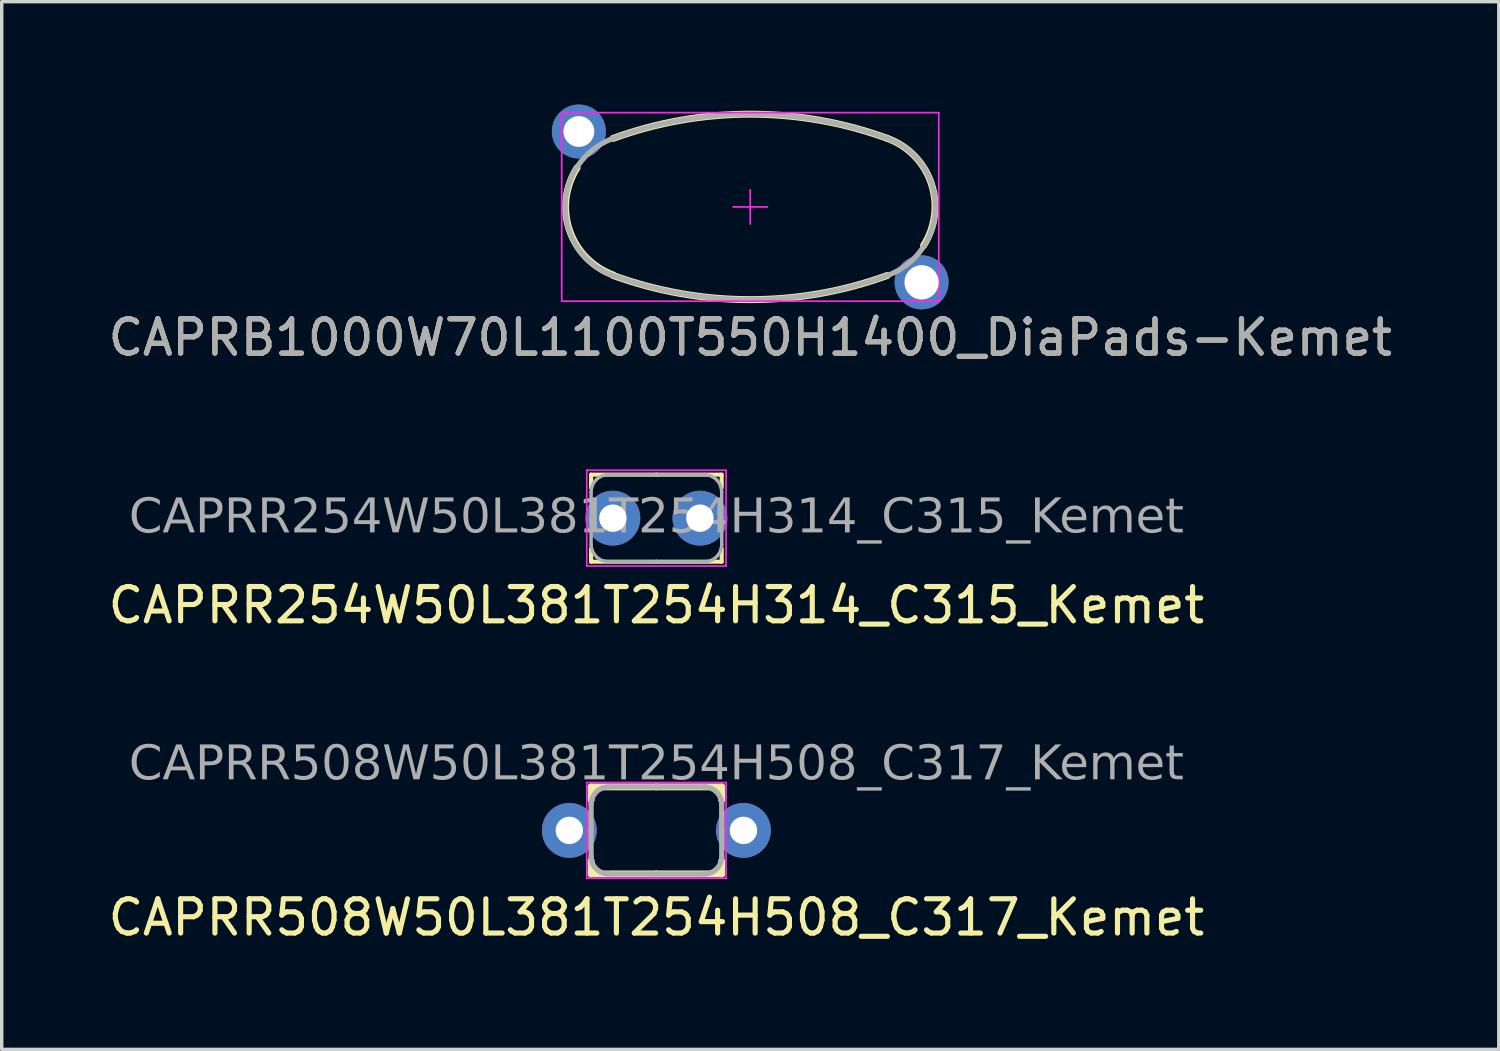
<source format=kicad_pcb>
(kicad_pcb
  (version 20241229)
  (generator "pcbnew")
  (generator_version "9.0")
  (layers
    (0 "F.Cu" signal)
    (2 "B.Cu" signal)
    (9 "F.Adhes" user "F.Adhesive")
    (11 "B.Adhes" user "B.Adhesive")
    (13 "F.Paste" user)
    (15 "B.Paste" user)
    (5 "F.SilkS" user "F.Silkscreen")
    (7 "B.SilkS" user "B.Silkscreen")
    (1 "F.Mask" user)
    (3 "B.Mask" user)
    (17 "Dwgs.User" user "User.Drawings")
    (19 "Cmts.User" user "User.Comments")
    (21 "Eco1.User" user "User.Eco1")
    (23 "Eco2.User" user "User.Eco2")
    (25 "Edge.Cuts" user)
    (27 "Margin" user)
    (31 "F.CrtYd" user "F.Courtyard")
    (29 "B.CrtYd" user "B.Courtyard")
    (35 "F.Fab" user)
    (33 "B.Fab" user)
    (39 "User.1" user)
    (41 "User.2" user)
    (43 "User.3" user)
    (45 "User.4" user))
  (footprint "CAPRR508W50L381T254H508_C317_Kemet"
    (layer "F.Cu")
    (at 16.101 21.178)
    (property "Reference" "CAPRR508W50L381T254H508_C317_Kemet" (at 0 2.54 0) (layer "F.SilkS") (effects (font (size 1 1) (thickness 0.15))))
    (attr through_hole)
    (fp_line (start -1.905 -1.27) (end 0 -1.27) (stroke (width 0.203) (type solid)) (layer "F.SilkS"))
    (fp_line (start -1.905 -0.889) (end -1.905 -1.27) (stroke (width 0.203) (type solid)) (layer "F.SilkS"))
    (fp_line (start -1.905 0.889) (end -1.905 1.27) (stroke (width 0.203) (type solid)) (layer "F.SilkS"))
    (fp_line (start -1.905 1.27) (end 0 1.27) (stroke (width 0.203) (type solid)) (layer "F.SilkS"))
    (fp_line (start 1.905 -1.27) (end 0 -1.27) (stroke (width 0.203) (type solid)) (layer "F.SilkS"))
    (fp_line (start 1.905 -0.889) (end 1.905 -1.27) (stroke (width 0.203) (type solid)) (layer "F.SilkS"))
    (fp_line (start 1.905 0.889) (end 1.905 1.27) (stroke (width 0.203) (type solid)) (layer "F.SilkS"))
    (fp_line (start 1.905 1.27) (end 0 1.27) (stroke (width 0.203) (type solid)) (layer "F.SilkS"))
    (fp_line (start -2.032 -1.397) (end -2.032 1.397) (stroke (width 0.05) (type solid)) (layer "F.CrtYd"))
    (fp_line (start -2.032 1.397) (end 2.032 1.397) (stroke (width 0.05) (type solid)) (layer "F.CrtYd"))
    (fp_line (start 2.032 -1.397) (end -2.032 -1.397) (stroke (width 0.05) (type solid)) (layer "F.CrtYd"))
    (fp_line (start 2.032 1.397) (end 2.032 -1.397) (stroke (width 0.05) (type solid)) (layer "F.CrtYd"))
    (fp_line (start -1.905 -0.762) (end -1.905 0) (stroke (width 0.152) (type solid)) (layer "F.Fab"))
    (fp_line (start -1.905 0.762) (end -1.905 0) (stroke (width 0.152) (type solid)) (layer "F.Fab"))
    (fp_line (start 0 -1.27) (end -1.397 -1.27) (stroke (width 0.152) (type solid)) (layer "F.Fab"))
    (fp_line (start 0 -1.27) (end 1.397 -1.27) (stroke (width 0.152) (type solid)) (layer "F.Fab"))
    (fp_line (start 0 1.27) (end -1.397 1.27) (stroke (width 0.152) (type solid)) (layer "F.Fab"))
    (fp_line (start 0.002 1.272) (end 1.399 1.272) (stroke (width 0.152) (type solid)) (layer "F.Fab"))
    (fp_line (start 1.905 -0.762) (end 1.905 0) (stroke (width 0.152) (type solid)) (layer "F.Fab"))
    (fp_line (start 1.907 0.764) (end 1.907 0.002) (stroke (width 0.152) (type solid)) (layer "F.Fab"))
    (fp_arc (start -1.905 -0.762) (mid -1.755575 -1.120561) (end -1.397019 -1.27) (stroke (width 0.1524) (type default)) (layer "F.Fab"))
    (fp_arc (start -1.397019 1.27) (mid -1.755576 1.120562) (end -1.905 0.762) (stroke (width 0.1524) (type default)) (layer "F.Fab"))
    (fp_arc (start 1.397019 -1.27) (mid 1.755576 -1.120562) (end 1.905 -0.762) (stroke (width 0.1524) (type default)) (layer "F.Fab"))
    (fp_arc (start 1.907202 0.764203) (mid 1.757777 1.122764) (end 1.399221 1.272203) (stroke (width 0.1524) (type default)) (layer "F.Fab"))
    (fp_text user "${REFERENCE}" (at 0 -1.905 0) (layer "F.Fab") (effects (font (face "Tahoma") (size 1 1) (thickness 0.09))))
    (pad "1" thru_hole circle (at -2.54 0) (size 1.6 1.6) (drill 0.8) (layers "*.Cu" "*.Mask"))
    (pad "2" thru_hole circle (at 2.54 0) (size 1.6 1.6) (drill 0.8) (layers "*.Cu" "B.Mask")))
  (footprint "CAPRR254W50L381T254H314_C315_Kemet"
    (layer "F.Cu")
    (at 16.101 12.068)
    (property "Reference" "CAPRR254W50L381T254H314_C315_Kemet" (at 0 2.54 0) (layer "F.SilkS") (effects (font (size 1 1) (thickness 0.15))))
    (attr through_hole)
    (fp_line (start -1.905 -1.27) (end 0 -1.27) (stroke (width 0.12) (type solid)) (layer "F.SilkS"))
    (fp_line (start -1.905 -0.889) (end -1.905 -1.27) (stroke (width 0.12) (type solid)) (layer "F.SilkS"))
    (fp_line (start -1.905 0.889) (end -1.905 1.27) (stroke (width 0.12) (type solid)) (layer "F.SilkS"))
    (fp_line (start -1.905 1.27) (end 0 1.27) (stroke (width 0.12) (type solid)) (layer "F.SilkS"))
    (fp_line (start 1.905 -1.27) (end 0 -1.27) (stroke (width 0.12) (type solid)) (layer "F.SilkS"))
    (fp_line (start 1.905 -0.889) (end 1.905 -1.27) (stroke (width 0.12) (type solid)) (layer "F.SilkS"))
    (fp_line (start 1.905 0.889) (end 1.905 1.27) (stroke (width 0.12) (type solid)) (layer "F.SilkS"))
    (fp_line (start 1.905 1.27) (end 0 1.27) (stroke (width 0.12) (type solid)) (layer "F.SilkS"))
    (fp_line (start -2.032 -1.397) (end -2.032 1.397) (stroke (width 0.05) (type solid)) (layer "F.CrtYd"))
    (fp_line (start -2.032 1.397) (end 2.032 1.397) (stroke (width 0.05) (type solid)) (layer "F.CrtYd"))
    (fp_line (start 2.032 -1.397) (end -2.032 -1.397) (stroke (width 0.05) (type solid)) (layer "F.CrtYd"))
    (fp_line (start 2.032 1.397) (end 2.032 -1.397) (stroke (width 0.05) (type solid)) (layer "F.CrtYd"))
    (fp_line (start -1.905 -0.762) (end -1.905 0) (stroke (width 0.1) (type solid)) (layer "F.Fab"))
    (fp_line (start -1.905 0.762) (end -1.905 0) (stroke (width 0.1) (type solid)) (layer "F.Fab"))
    (fp_line (start 0 -1.27) (end -1.397 -1.27) (stroke (width 0.1) (type solid)) (layer "F.Fab"))
    (fp_line (start 0 -1.27) (end 1.397 -1.27) (stroke (width 0.1) (type solid)) (layer "F.Fab"))
    (fp_line (start 0 1.27) (end -1.397 1.27) (stroke (width 0.1) (type solid)) (layer "F.Fab"))
    (fp_line (start 0.002 1.272) (end 1.399 1.272) (stroke (width 0.1) (type solid)) (layer "F.Fab"))
    (fp_line (start 1.905 -0.762) (end 1.905 0) (stroke (width 0.1) (type solid)) (layer "F.Fab"))
    (fp_line (start 1.907 0.764) (end 1.907 0.002) (stroke (width 0.1) (type solid)) (layer "F.Fab"))
    (fp_arc (start -1.905 -0.762) (mid -1.755575 -1.120561) (end -1.397019 -1.27) (stroke (width 0.1) (type default)) (layer "F.Fab"))
    (fp_arc (start -1.397019 1.27) (mid -1.755576 1.120562) (end -1.905 0.762) (stroke (width 0.1) (type default)) (layer "F.Fab"))
    (fp_arc (start 1.397019 -1.27) (mid 1.755576 -1.120562) (end 1.905 -0.762) (stroke (width 0.1) (type default)) (layer "F.Fab"))
    (fp_arc (start 1.907202 0.764203) (mid 1.757777 1.122764) (end 1.399221 1.272203) (stroke (width 0.1) (type default)) (layer "F.Fab"))
    (fp_text user "${REFERENCE}" (at 0 0 0) (layer "F.Fab") (effects (font (face "Tahoma") (size 1 1) (thickness 0.15))))
    (pad "1" thru_hole circle (at -1.27 0) (size 1.6 1.6) (drill 0.8) (layers "*.Cu" "*.Mask"))
    (pad "2" thru_hole circle (at 1.27 0) (size 1.6 1.6) (drill 0.8) (layers "*.Cu" "*.Mask")))
  (footprint "CAPRB1000W70L1100T550H1400_DiaPads-Kemet"
    (layer "F.Cu")
    (at 18.839 2.987)
    (property "Reference" "CAPRB1000W70L1100T550H1400_DiaPads-Kemet" (at 0 3.81 0) (layer "F.SilkS") (effects (font (size 1 1) (thickness 0.15))))
    (attr through_hole)
    (fp_arc (start -4 -2) (mid 0 -2.705308) (end 4 -2) (stroke (width 0.2032) (type default)) (layer "F.SilkS"))
    (fp_arc (start -3.995189 1.986775) (mid -5.275266 0.676279) (end -5.051436 -1.141933) (stroke (width 0.2032) (type default)) (layer "F.SilkS"))
    (fp_arc (start 4 -2) (mid 5.280077 -0.689504) (end 5.056247 1.128708) (stroke (width 0.2032) (type default)) (layer "F.SilkS"))
    (fp_arc (start 4 2) (mid 0 2.705308) (end -4 2) (stroke (width 0.2032) (type default)) (layer "F.SilkS"))
    (fp_line (start -5.5 -2.75) (end -5.5 2.75) (stroke (width 0.05) (type solid)) (layer "F.CrtYd"))
    (fp_line (start -5.5 -2.75) (end 5.5 -2.75) (stroke (width 0.05) (type solid)) (layer "F.CrtYd"))
    (fp_line (start -5.5 2.75) (end 5.5 2.75) (stroke (width 0.05) (type solid)) (layer "F.CrtYd"))
    (fp_line (start -0.5 0) (end 0.5 0) (stroke (width 0.05) (type default)) (layer "F.CrtYd"))
    (fp_line (start 0 0.5) (end 0 -0.5) (stroke (width 0.05) (type default)) (layer "F.CrtYd"))
    (fp_line (start 5.5 -2.75) (end 5.5 2.75) (stroke (width 0.05) (type solid)) (layer "F.CrtYd"))
    (fp_arc (start -4 -2) (mid 0 -2.705308) (end 4 -2) (stroke (width 0.1524) (type default)) (layer "F.Fab"))
    (fp_arc (start -4 2) (mid -5.400415 0) (end -4 -2) (stroke (width 0.1524) (type default)) (layer "F.Fab"))
    (fp_arc (start 4 -2) (mid 5.400415 0) (end 4 2) (stroke (width 0.1524) (type default)) (layer "F.Fab"))
    (fp_arc (start 4 2) (mid 0 2.705308) (end -4 2) (stroke (width 0.1524) (type default)) (layer "F.Fab"))
    (fp_text user "${REFERENCE}" (at 0 3.81 0) (layer "F.Fab") (effects (font (size 1 1) (thickness 0.15))))
    (pad "1" thru_hole circle (at -5 -2.2) (size 1.575 1.575) (drill 0.9) (layers "*.Cu" "*.Mask"))
    (pad "2" thru_hole circle (at 5 2.2) (size 1.575 1.575) (drill 1) (layers "*.Cu" "*.Mask")))
  (gr_rect
    (start -3 -3)
    (end 40.679 27.566)
    (stroke (width 0.1) (type default))
    (fill no)
    (layer "Edge.Cuts")))
</source>
